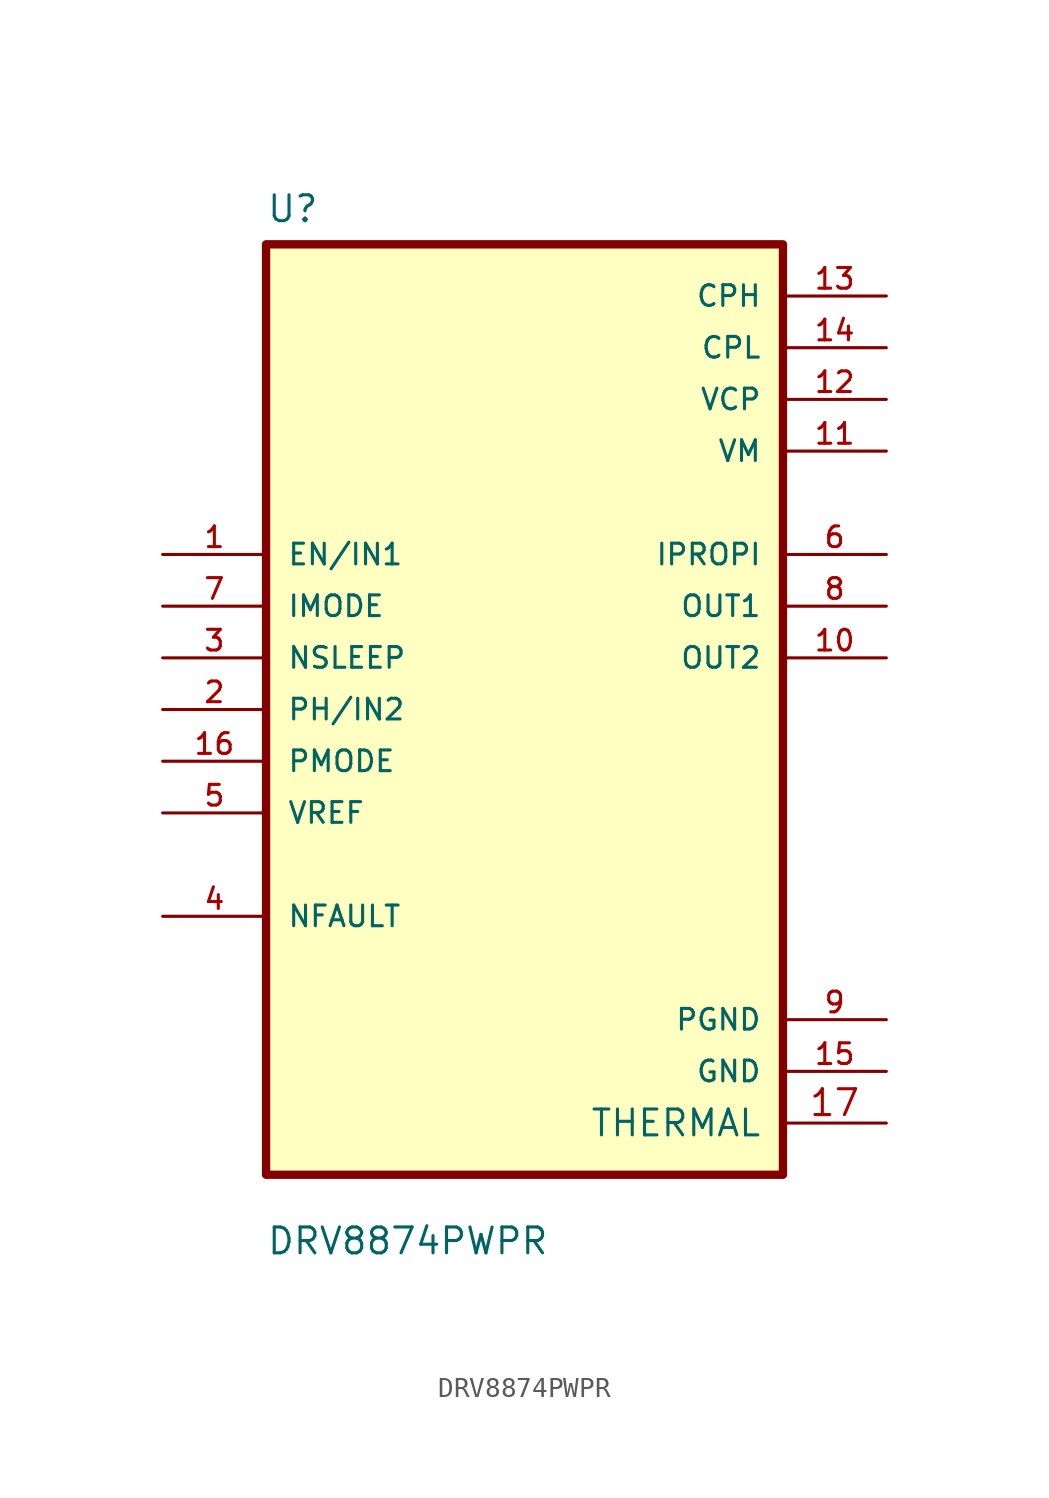
<source format=kicad_sym>
(kicad_symbol_lib
  (version 20220914)
  (generator kicad_symbol_editor)
  (symbol "DRV8874PWPR"
    (pin_names
      (offset 1.016))
    (property "Reference" "U"
      (at -12.7 23.86 0)
      (effects (font (size 1.27 1.27)) (justify left bottom)))
    (property "Value" "DRV8874PWPR"
      (at -12.7 -26.86 0)
      (effects (font (size 1.27 1.27)) (justify left bottom)))
    (symbol "DRV8874PWPR_0_0"
      (rectangle (start -12.7 -22.86) (end 12.7 22.86) (stroke (width 0.41) (type default)) (fill (type background)))
      (pin input line (at -17.78 7.62 0) (length 5.08) (name "EN/IN1" (effects (font (size 1.016 1.016)))) (number "1" (effects (font (size 1.016 1.016)))))
      (pin output line (at 17.78 2.54 180) (length 5.08) (name "OUT2" (effects (font (size 1.016 1.016)))) (number "10" (effects (font (size 1.016 1.016)))))
      (pin power_in line (at 17.78 12.7 180) (length 5.08) (name "VM" (effects (font (size 1.016 1.016)))) (number "11" (effects (font (size 1.016 1.016)))))
      (pin power_in line (at 17.78 15.24 180) (length 5.08) (name "VCP" (effects (font (size 1.016 1.016)))) (number "12" (effects (font (size 1.016 1.016)))))
      (pin power_in line (at 17.78 20.32 180) (length 5.08) (name "CPH" (effects (font (size 1.016 1.016)))) (number "13" (effects (font (size 1.016 1.016)))))
      (pin power_in line (at 17.78 17.78 180) (length 5.08) (name "CPL" (effects (font (size 1.016 1.016)))) (number "14" (effects (font (size 1.016 1.016)))))
      (pin power_in line (at 17.78 -17.78 180) (length 5.08) (name "GND" (effects (font (size 1.016 1.016)))) (number "15" (effects (font (size 1.016 1.016)))))
      (pin input line (at -17.78 -2.54 0) (length 5.08) (name "PMODE" (effects (font (size 1.016 1.016)))) (number "16" (effects (font (size 1.016 1.016)))))
      (pin input line (at -17.78 0 0) (length 5.08) (name "PH/IN2" (effects (font (size 1.016 1.016)))) (number "2" (effects (font (size 1.016 1.016)))))
      (pin input line (at -17.78 2.54 0) (length 5.08) (name "NSLEEP" (effects (font (size 1.016 1.016)))) (number "3" (effects (font (size 1.016 1.016)))))
      (pin bidirectional line (at -17.78 -10.16 0) (length 5.08) (name "NFAULT" (effects (font (size 1.016 1.016)))) (number "4" (effects (font (size 1.016 1.016)))))
      (pin input line (at -17.78 -5.08 0) (length 5.08) (name "VREF" (effects (font (size 1.016 1.016)))) (number "5" (effects (font (size 1.016 1.016)))))
      (pin output line (at 17.78 7.62 180) (length 5.08) (name "IPROPI" (effects (font (size 1.016 1.016)))) (number "6" (effects (font (size 1.016 1.016)))))
      (pin input line (at -17.78 5.08 0) (length 5.08) (name "IMODE" (effects (font (size 1.016 1.016)))) (number "7" (effects (font (size 1.016 1.016)))))
      (pin output line (at 17.78 5.08 180) (length 5.08) (name "OUT1" (effects (font (size 1.016 1.016)))) (number "8" (effects (font (size 1.016 1.016)))))
      (pin power_in line (at 17.78 -15.24 180) (length 5.08) (name "PGND" (effects (font (size 1.016 1.016)))) (number "9" (effects (font (size 1.016 1.016))))))
    (symbol "DRV8874PWPR_1_1"
      (pin input line (at 17.78 -20.32 180) (length 5.08) (name "THERMAL" (effects (font (size 1.27 1.27)))) (number "17" (effects (font (size 1.27 1.27))))))))
</source>
